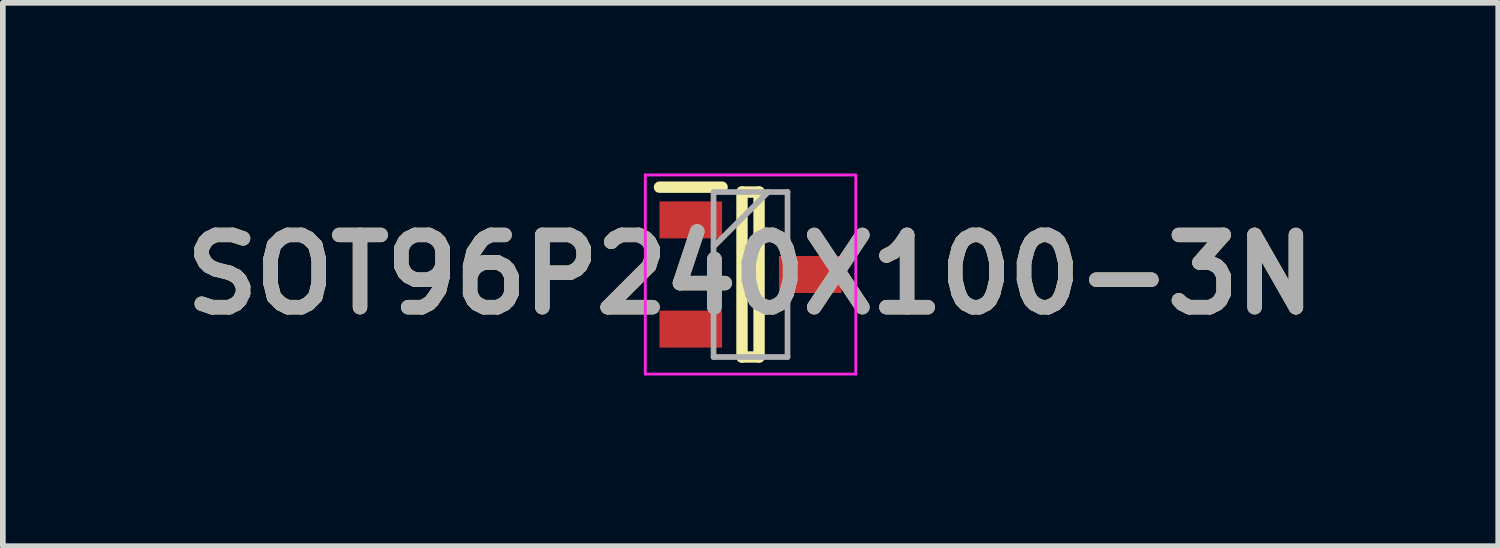
<source format=kicad_pcb>
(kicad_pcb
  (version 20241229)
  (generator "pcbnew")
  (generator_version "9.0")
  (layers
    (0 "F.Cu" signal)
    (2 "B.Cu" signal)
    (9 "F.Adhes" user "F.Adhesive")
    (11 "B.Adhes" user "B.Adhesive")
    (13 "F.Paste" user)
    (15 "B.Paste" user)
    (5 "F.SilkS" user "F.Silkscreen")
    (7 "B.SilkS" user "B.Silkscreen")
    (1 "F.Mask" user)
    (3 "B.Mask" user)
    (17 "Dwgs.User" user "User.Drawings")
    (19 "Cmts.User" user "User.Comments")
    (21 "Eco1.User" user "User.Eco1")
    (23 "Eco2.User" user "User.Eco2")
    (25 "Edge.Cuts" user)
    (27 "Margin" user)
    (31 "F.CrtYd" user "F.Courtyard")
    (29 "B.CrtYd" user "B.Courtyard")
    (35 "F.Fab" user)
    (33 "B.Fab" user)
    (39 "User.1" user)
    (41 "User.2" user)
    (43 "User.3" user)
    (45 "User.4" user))
  (footprint "SOT96P240X100-3N"
    (layer "F.Cu")
    (at 10.142 1.775)
    (property "Reference" "SOT96P240X100-3N" (at 0 0 0) (layer "F.SilkS") (effects (font (size 1.27 1.27) (thickness 0.254))))
    (attr smd)
    (fp_line (start -1.6 -1.535) (end -0.5 -1.535) (stroke (width 0.2) (type solid)) (layer "F.SilkS"))
    (fp_line (start -0.15 -1.45) (end 0.15 -1.45) (stroke (width 0.2) (type solid)) (layer "F.SilkS"))
    (fp_line (start -0.15 1.45) (end -0.15 -1.45) (stroke (width 0.2) (type solid)) (layer "F.SilkS"))
    (fp_line (start 0.15 -1.45) (end 0.15 1.45) (stroke (width 0.2) (type solid)) (layer "F.SilkS"))
    (fp_line (start 0.15 1.45) (end -0.15 1.45) (stroke (width 0.2) (type solid)) (layer "F.SilkS"))
    (fp_line (start -1.85 -1.75) (end 1.85 -1.75) (stroke (width 0.05) (type solid)) (layer "F.CrtYd"))
    (fp_line (start -1.85 1.75) (end -1.85 -1.75) (stroke (width 0.05) (type solid)) (layer "F.CrtYd"))
    (fp_line (start 1.85 -1.75) (end 1.85 1.75) (stroke (width 0.05) (type solid)) (layer "F.CrtYd"))
    (fp_line (start 1.85 1.75) (end -1.85 1.75) (stroke (width 0.05) (type solid)) (layer "F.CrtYd"))
    (fp_line (start -0.65 -1.45) (end 0.65 -1.45) (stroke (width 0.1) (type solid)) (layer "F.Fab"))
    (fp_line (start -0.65 -0.49) (end 0.31 -1.45) (stroke (width 0.1) (type solid)) (layer "F.Fab"))
    (fp_line (start -0.65 1.45) (end -0.65 -1.45) (stroke (width 0.1) (type solid)) (layer "F.Fab"))
    (fp_line (start 0.65 -1.45) (end 0.65 1.45) (stroke (width 0.1) (type solid)) (layer "F.Fab"))
    (fp_line (start 0.65 1.45) (end -0.65 1.45) (stroke (width 0.1) (type solid)) (layer "F.Fab"))
    (fp_text user "${REFERENCE}" (at 0 0 0) (layer "F.Fab") (effects (font (size 1.27 1.27) (thickness 0.254))))
    (pad "1" smd rect (at -1.05 -0.96 90) (size 0.65 1.1) (layers "F.Cu" "F.Mask" "F.Paste"))
    (pad "2" smd rect (at -1.05 0.96 90) (size 0.65 1.1) (layers "F.Cu" "F.Mask" "F.Paste"))
    (pad "3" smd rect (at 1.05 0 90) (size 0.65 1.1) (layers "F.Cu" "F.Mask" "F.Paste")))
  (gr_rect
    (start -3 -3)
    (end 23.284 6.55)
    (stroke (width 0.1) (type default))
    (fill no)
    (layer "Edge.Cuts")))
</source>
